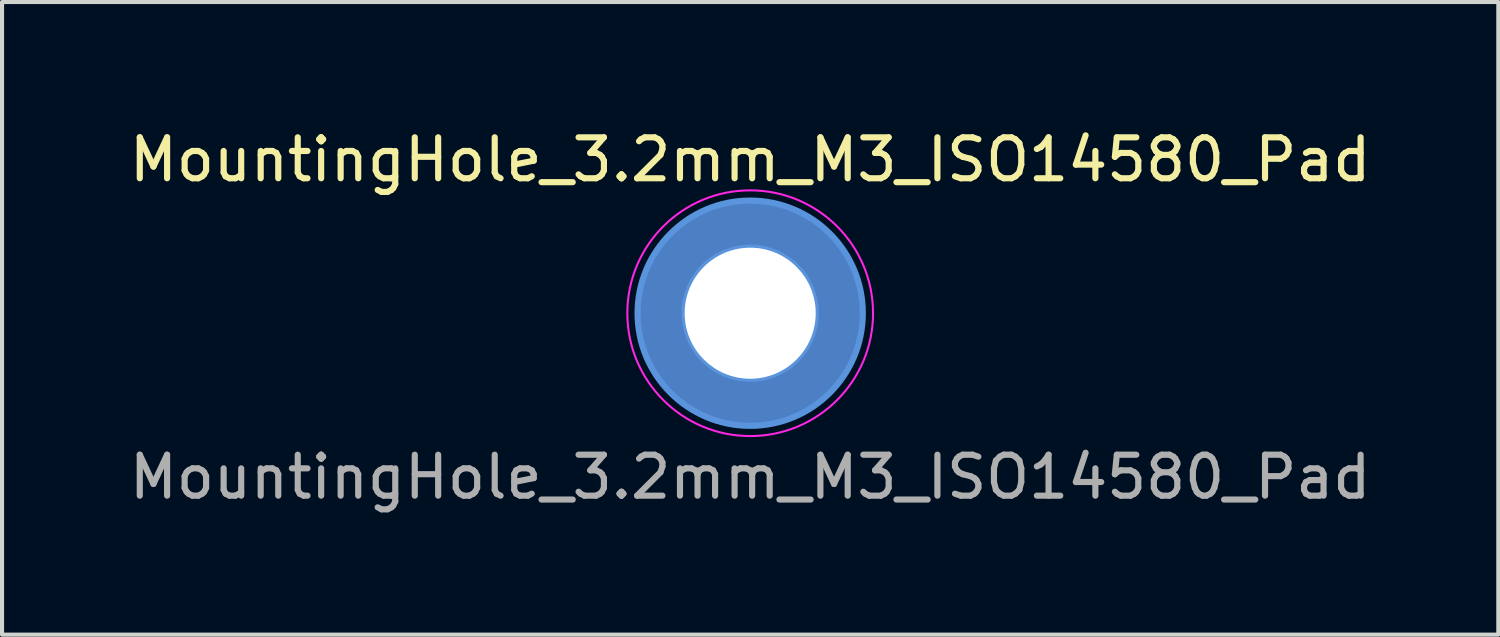
<source format=kicad_pcb>
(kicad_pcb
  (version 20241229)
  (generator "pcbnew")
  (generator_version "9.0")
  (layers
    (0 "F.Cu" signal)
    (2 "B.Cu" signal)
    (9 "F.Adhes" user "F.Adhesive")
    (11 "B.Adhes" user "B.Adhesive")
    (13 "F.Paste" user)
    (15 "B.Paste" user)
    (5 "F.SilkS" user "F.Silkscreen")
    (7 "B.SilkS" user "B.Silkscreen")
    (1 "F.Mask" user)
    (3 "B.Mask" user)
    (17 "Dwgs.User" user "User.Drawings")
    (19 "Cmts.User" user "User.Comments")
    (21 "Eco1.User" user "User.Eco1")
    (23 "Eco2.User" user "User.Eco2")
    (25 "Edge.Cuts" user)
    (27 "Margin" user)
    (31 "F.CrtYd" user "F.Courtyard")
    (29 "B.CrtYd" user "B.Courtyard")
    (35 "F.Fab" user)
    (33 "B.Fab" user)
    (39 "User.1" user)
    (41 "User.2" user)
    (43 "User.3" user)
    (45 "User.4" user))
  (footprint "MountingHole_3.2mm_M3_ISO14580_Pad"
    (layer "F.Cu")
    (at 15.268 4.598)
    (property "Reference" "MountingHole_3.2mm_M3_ISO14580_Pad" (at 0 -3.75 0) (layer "F.SilkS") (effects (font (size 1 1) (thickness 0.15))))
    (attr exclude_from_pos_files exclude_from_bom)
    (fp_circle (center 0 0) (end 1.6 0) (stroke (width 0.15) (type solid)) (fill no) (layer "Cmts.User"))
    (fp_circle (center 0 0) (end 2.75 0) (stroke (width 0.15) (type solid)) (fill no) (layer "Cmts.User"))
    (fp_circle (center 0 0) (end 3 0) (stroke (width 0.05) (type solid)) (fill no) (layer "F.CrtYd"))
    (fp_text user "${REFERENCE}" (at 0 4 0) (layer "F.Fab") (effects (font (size 1 1) (thickness 0.15))))
    (pad "1" thru_hole circle (at 0 0) (size 5.5 5.5) (drill 3.2) (layers "*.Cu" "*.Mask")))
  (gr_rect
    (start -3 -3)
    (end 33.536 12.447)
    (stroke (width 0.1) (type default))
    (fill no)
    (layer "Edge.Cuts")))
</source>
